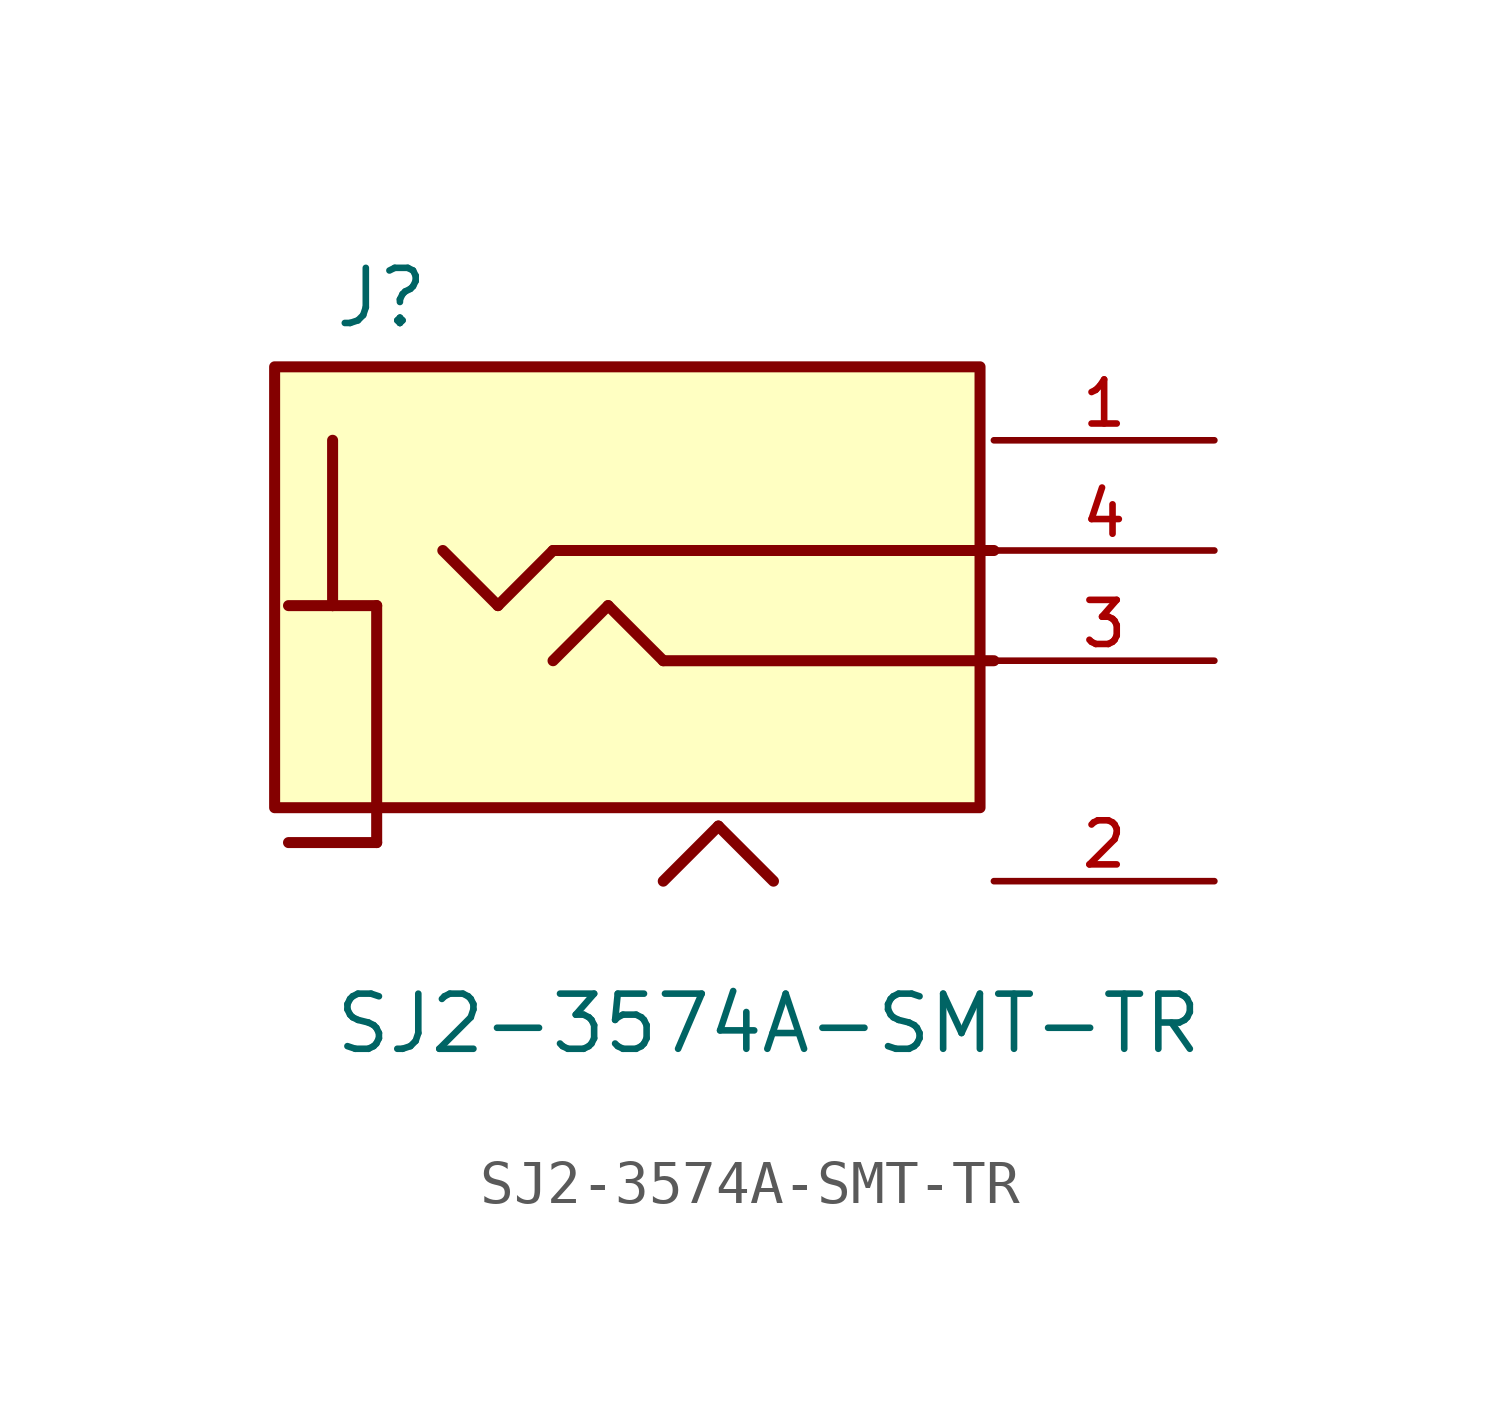
<source format=kicad_sym>
(kicad_symbol_lib
  (version 20211014)
  (generator kicad_symbol_editor)
  (symbol "SJ2-3574A-SMT-TR"
    (pin_names
      (offset 1.016))
    (property "Reference" "J"
      (at -7.62 7.62 0)
      (effects (font (size 1.27 1.27)) (justify bottom left)))
    (property "Value" "SJ2-3574A-SMT-TR"
      (at -7.62 -7.62 0.0)
      (effects (font (size 1.27 1.27)) (justify top left)))
    (symbol "SJ2-3574A-SMT-TR_0_0"
      (polyline (pts (xy -7.62 5.08) (xy -7.62 1.27)) (stroke (width 0.254)))
      (polyline (pts (xy -7.62 1.27) (xy -6.604 1.27)) (stroke (width 0.254)))
      (polyline (pts (xy -6.604 1.27) (xy -6.604 -4.191)) (stroke (width 0.254)))
      (polyline (pts (xy -6.604 -4.191) (xy -8.636 -4.191)) (stroke (width 0.254)))
      (polyline (pts (xy -8.636 1.27) (xy -7.62 1.27)) (stroke (width 0.254)))
      (polyline (pts (xy -5.08 2.54) (xy -3.81 1.27)) (stroke (width 0.254)))
      (polyline (pts (xy -3.81 1.27) (xy -2.54 2.54)) (stroke (width 0.254)))
      (polyline (pts (xy -2.54 2.54) (xy 7.62 2.54)) (stroke (width 0.254)))
      (polyline (pts (xy -2.54 0.0) (xy -1.27 1.27)) (stroke (width 0.254)))
      (polyline (pts (xy -1.27 1.27) (xy 0.0 0.0)) (stroke (width 0.254)))
      (polyline (pts (xy 0.0 0.0) (xy 7.62 0.0)) (stroke (width 0.254)))
      (polyline (pts (xy 0.0 -5.08) (xy 1.27 -3.81)) (stroke (width 0.254)))
      (polyline (pts (xy 1.27 -3.81) (xy 2.54 -5.08)) (stroke (width 0.254)))
      (rectangle (start -8.956 -3.387) (end 7.3 6.773) (stroke (width 0.254)) (fill (type background)))
      (pin passive line (at 12.7 5.08 180.0) (length 5.08) (name "~" (effects (font (size 1.016 1.016)))) (number "1" (effects (font (size 1.016 1.016)))))
      (pin passive line (at 12.7 2.54 180.0) (length 5.08) (name "~" (effects (font (size 1.016 1.016)))) (number "4" (effects (font (size 1.016 1.016)))))
      (pin passive line (at 12.7 -5.08 180.0) (length 5.08) (name "~" (effects (font (size 1.016 1.016)))) (number "2" (effects (font (size 1.016 1.016)))))
      (pin passive line (at 12.7 0.0 180.0) (length 5.08) (name "~" (effects (font (size 1.016 1.016)))) (number "3" (effects (font (size 1.016 1.016))))))))
</source>
